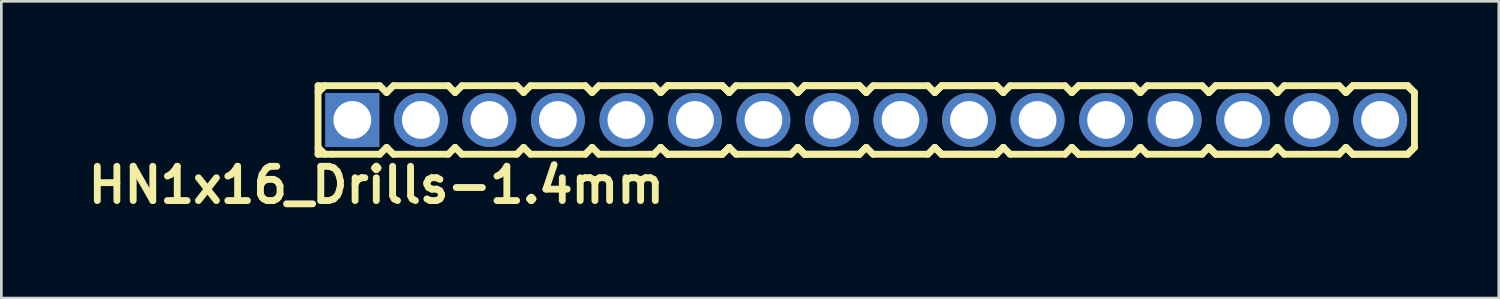
<source format=kicad_pcb>
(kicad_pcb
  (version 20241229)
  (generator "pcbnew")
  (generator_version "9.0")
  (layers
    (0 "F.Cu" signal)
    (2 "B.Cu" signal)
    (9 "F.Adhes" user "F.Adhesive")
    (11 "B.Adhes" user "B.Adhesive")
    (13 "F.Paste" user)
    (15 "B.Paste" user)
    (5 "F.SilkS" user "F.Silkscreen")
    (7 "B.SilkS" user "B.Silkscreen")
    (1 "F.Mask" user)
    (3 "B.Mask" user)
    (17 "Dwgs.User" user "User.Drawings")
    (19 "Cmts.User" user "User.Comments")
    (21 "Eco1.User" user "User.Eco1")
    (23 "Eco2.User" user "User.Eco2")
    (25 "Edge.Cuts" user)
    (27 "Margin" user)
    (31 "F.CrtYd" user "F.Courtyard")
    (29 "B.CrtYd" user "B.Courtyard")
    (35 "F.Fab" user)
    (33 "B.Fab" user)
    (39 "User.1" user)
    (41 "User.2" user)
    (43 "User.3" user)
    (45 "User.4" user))
  (footprint "HN1x16_Drills-1.4mm"
    (layer "F.Cu")
    (at 29.059 1.397)
    (property "Reference" "HN1x16_Drills-1.4mm" (at -18.161 2.413 0) (layer "F.SilkS") (effects (font (size 1.27 1.27) (thickness 0.254))))
    (attr smd)
    (fp_line (start -20.32 -1.27) (end -20.32 1.27) (stroke (width 0.254) (type solid)) (layer "F.SilkS"))
    (fp_line (start -20.32 -1.27) (end -20.066 -1.27) (stroke (width 0.254) (type solid)) (layer "F.SilkS"))
    (fp_line (start -20.32 -1.016) (end -20.066 -1.27) (stroke (width 0.254) (type solid)) (layer "F.SilkS"))
    (fp_line (start -20.066 -1.27) (end -18.034 -1.27) (stroke (width 0.254) (type solid)) (layer "F.SilkS"))
    (fp_line (start -20.066 1.27) (end -20.32 1.016) (stroke (width 0.254) (type solid)) (layer "F.SilkS"))
    (fp_line (start -19.812 1.27) (end -20.32 1.27) (stroke (width 0.254) (type solid)) (layer "F.SilkS"))
    (fp_line (start -18.034 -1.27) (end -17.78 -1.016) (stroke (width 0.254) (type solid)) (layer "F.SilkS"))
    (fp_line (start -18.034 1.27) (end -19.812 1.27) (stroke (width 0.254) (type solid)) (layer "F.SilkS"))
    (fp_line (start -17.78 -1.016) (end -17.526 -1.27) (stroke (width 0.254) (type solid)) (layer "F.SilkS"))
    (fp_line (start -17.78 1.016) (end -18.034 1.27) (stroke (width 0.254) (type solid)) (layer "F.SilkS"))
    (fp_line (start -17.526 -1.27) (end -15.494 -1.27) (stroke (width 0.254) (type solid)) (layer "F.SilkS"))
    (fp_line (start -17.526 1.27) (end -17.78 1.016) (stroke (width 0.254) (type solid)) (layer "F.SilkS"))
    (fp_line (start -15.494 -1.27) (end -15.24 -1.016) (stroke (width 0.254) (type solid)) (layer "F.SilkS"))
    (fp_line (start -15.494 1.27) (end -17.526 1.27) (stroke (width 0.254) (type solid)) (layer "F.SilkS"))
    (fp_line (start -15.494 1.27) (end -15.24 1.016) (stroke (width 0.254) (type solid)) (layer "F.SilkS"))
    (fp_line (start -15.24 -1.016) (end -14.986 -1.27) (stroke (width 0.254) (type solid)) (layer "F.SilkS"))
    (fp_line (start -15.24 1.016) (end -14.986 1.27) (stroke (width 0.254) (type solid)) (layer "F.SilkS"))
    (fp_line (start -14.986 -1.27) (end -12.954 -1.27) (stroke (width 0.254) (type solid)) (layer "F.SilkS"))
    (fp_line (start -12.954 -1.27) (end -12.7 -1.016) (stroke (width 0.254) (type solid)) (layer "F.SilkS"))
    (fp_line (start -12.954 1.27) (end -14.986 1.27) (stroke (width 0.254) (type solid)) (layer "F.SilkS"))
    (fp_line (start -12.7 -1.016) (end -12.446 -1.27) (stroke (width 0.254) (type solid)) (layer "F.SilkS"))
    (fp_line (start -12.7 1.016) (end -12.954 1.27) (stroke (width 0.254) (type solid)) (layer "F.SilkS"))
    (fp_line (start -12.446 -1.27) (end -10.414 -1.27) (stroke (width 0.254) (type solid)) (layer "F.SilkS"))
    (fp_line (start -12.446 1.27) (end -12.7 1.016) (stroke (width 0.254) (type solid)) (layer "F.SilkS"))
    (fp_line (start -10.414 -1.27) (end -10.16 -1.016) (stroke (width 0.254) (type solid)) (layer "F.SilkS"))
    (fp_line (start -10.414 1.27) (end -12.446 1.27) (stroke (width 0.254) (type solid)) (layer "F.SilkS"))
    (fp_line (start -10.16 -1.016) (end -9.906 -1.27) (stroke (width 0.254) (type solid)) (layer "F.SilkS"))
    (fp_line (start -10.16 1.016) (end -10.414 1.27) (stroke (width 0.254) (type solid)) (layer "F.SilkS"))
    (fp_line (start -9.906 -1.27) (end -7.874 -1.27) (stroke (width 0.254) (type solid)) (layer "F.SilkS"))
    (fp_line (start -9.906 1.27) (end -10.16 1.016) (stroke (width 0.254) (type solid)) (layer "F.SilkS"))
    (fp_line (start -7.874 -1.27) (end -7.62 -1.016) (stroke (width 0.254) (type solid)) (layer "F.SilkS"))
    (fp_line (start -7.874 1.27) (end -9.906 1.27) (stroke (width 0.254) (type solid)) (layer "F.SilkS"))
    (fp_line (start -7.62 -1.016) (end -7.366 -1.27) (stroke (width 0.254) (type solid)) (layer "F.SilkS"))
    (fp_line (start -7.62 -1.016) (end -7.366 -1.27) (stroke (width 0.254) (type solid)) (layer "F.SilkS"))
    (fp_line (start -7.62 1.016) (end -7.874 1.27) (stroke (width 0.254) (type solid)) (layer "F.SilkS"))
    (fp_line (start -7.366 -1.27) (end -5.334 -1.27) (stroke (width 0.254) (type solid)) (layer "F.SilkS"))
    (fp_line (start -7.366 -1.27) (end -5.334 -1.27) (stroke (width 0.254) (type solid)) (layer "F.SilkS"))
    (fp_line (start -7.366 1.27) (end -7.62 1.016) (stroke (width 0.254) (type solid)) (layer "F.SilkS"))
    (fp_line (start -7.366 1.27) (end -7.62 1.016) (stroke (width 0.254) (type solid)) (layer "F.SilkS"))
    (fp_line (start -5.334 -1.27) (end -5.08 -1.016) (stroke (width 0.254) (type solid)) (layer "F.SilkS"))
    (fp_line (start -5.334 -1.27) (end -5.08 -1.016) (stroke (width 0.254) (type solid)) (layer "F.SilkS"))
    (fp_line (start -5.334 1.27) (end -7.366 1.27) (stroke (width 0.254) (type solid)) (layer "F.SilkS"))
    (fp_line (start -5.334 1.27) (end -7.366 1.27) (stroke (width 0.254) (type solid)) (layer "F.SilkS"))
    (fp_line (start -5.08 -1.016) (end -4.826 -1.27) (stroke (width 0.254) (type solid)) (layer "F.SilkS"))
    (fp_line (start -5.08 1.016) (end -5.334 1.27) (stroke (width 0.254) (type solid)) (layer "F.SilkS"))
    (fp_line (start -5.08 1.016) (end -5.334 1.27) (stroke (width 0.254) (type solid)) (layer "F.SilkS"))
    (fp_line (start -4.826 -1.27) (end -2.794 -1.27) (stroke (width 0.254) (type solid)) (layer "F.SilkS"))
    (fp_line (start -4.826 1.27) (end -5.08 1.016) (stroke (width 0.254) (type solid)) (layer "F.SilkS"))
    (fp_line (start -2.794 -1.27) (end -2.54 -1.016) (stroke (width 0.254) (type solid)) (layer "F.SilkS"))
    (fp_line (start -2.794 1.27) (end -4.826 1.27) (stroke (width 0.254) (type solid)) (layer "F.SilkS"))
    (fp_line (start -2.54 -1.016) (end -2.286 -1.27) (stroke (width 0.254) (type solid)) (layer "F.SilkS"))
    (fp_line (start -2.54 -1.016) (end -2.286 -1.27) (stroke (width 0.254) (type solid)) (layer "F.SilkS"))
    (fp_line (start -2.54 1.016) (end -2.794 1.27) (stroke (width 0.254) (type solid)) (layer "F.SilkS"))
    (fp_line (start -2.286 -1.27) (end -0.254 -1.27) (stroke (width 0.254) (type solid)) (layer "F.SilkS"))
    (fp_line (start -2.286 -1.27) (end -0.254 -1.27) (stroke (width 0.254) (type solid)) (layer "F.SilkS"))
    (fp_line (start -2.286 1.27) (end -2.54 1.016) (stroke (width 0.254) (type solid)) (layer "F.SilkS"))
    (fp_line (start -2.286 1.27) (end -2.54 1.016) (stroke (width 0.254) (type solid)) (layer "F.SilkS"))
    (fp_line (start -0.254 -1.27) (end 0 -1.016) (stroke (width 0.254) (type solid)) (layer "F.SilkS"))
    (fp_line (start -0.254 -1.27) (end 0 -1.016) (stroke (width 0.254) (type solid)) (layer "F.SilkS"))
    (fp_line (start -0.254 1.27) (end -2.286 1.27) (stroke (width 0.254) (type solid)) (layer "F.SilkS"))
    (fp_line (start -0.254 1.27) (end -2.286 1.27) (stroke (width 0.254) (type solid)) (layer "F.SilkS"))
    (fp_line (start 0 -1.016) (end 0.254 -1.27) (stroke (width 0.254) (type solid)) (layer "F.SilkS"))
    (fp_line (start 0 1.016) (end -0.254 1.27) (stroke (width 0.254) (type solid)) (layer "F.SilkS"))
    (fp_line (start 0 1.016) (end -0.254 1.27) (stroke (width 0.254) (type solid)) (layer "F.SilkS"))
    (fp_line (start 0.254 -1.27) (end 2.286 -1.27) (stroke (width 0.254) (type solid)) (layer "F.SilkS"))
    (fp_line (start 0.254 1.27) (end 0 1.016) (stroke (width 0.254) (type solid)) (layer "F.SilkS"))
    (fp_line (start 2.286 -1.27) (end 2.54 -1.016) (stroke (width 0.254) (type solid)) (layer "F.SilkS"))
    (fp_line (start 2.286 1.27) (end 0.254 1.27) (stroke (width 0.254) (type solid)) (layer "F.SilkS"))
    (fp_line (start 2.54 -1.016) (end 2.794 -1.27) (stroke (width 0.254) (type solid)) (layer "F.SilkS"))
    (fp_line (start 2.54 -1.016) (end 2.794 -1.27) (stroke (width 0.254) (type solid)) (layer "F.SilkS"))
    (fp_line (start 2.54 1.016) (end 2.286 1.27) (stroke (width 0.254) (type solid)) (layer "F.SilkS"))
    (fp_line (start 2.794 -1.27) (end 4.826 -1.27) (stroke (width 0.254) (type solid)) (layer "F.SilkS"))
    (fp_line (start 2.794 -1.27) (end 4.826 -1.27) (stroke (width 0.254) (type solid)) (layer "F.SilkS"))
    (fp_line (start 2.794 1.27) (end 2.54 1.016) (stroke (width 0.254) (type solid)) (layer "F.SilkS"))
    (fp_line (start 2.794 1.27) (end 2.54 1.016) (stroke (width 0.254) (type solid)) (layer "F.SilkS"))
    (fp_line (start 4.826 -1.27) (end 5.08 -1.016) (stroke (width 0.254) (type solid)) (layer "F.SilkS"))
    (fp_line (start 4.826 -1.27) (end 5.08 -1.016) (stroke (width 0.254) (type solid)) (layer "F.SilkS"))
    (fp_line (start 4.826 1.27) (end 2.794 1.27) (stroke (width 0.254) (type solid)) (layer "F.SilkS"))
    (fp_line (start 4.826 1.27) (end 2.794 1.27) (stroke (width 0.254) (type solid)) (layer "F.SilkS"))
    (fp_line (start 5.08 -1.016) (end 5.334 -1.27) (stroke (width 0.254) (type solid)) (layer "F.SilkS"))
    (fp_line (start 5.08 1.016) (end 4.826 1.27) (stroke (width 0.254) (type solid)) (layer "F.SilkS"))
    (fp_line (start 5.08 1.016) (end 4.826 1.27) (stroke (width 0.254) (type solid)) (layer "F.SilkS"))
    (fp_line (start 5.334 -1.27) (end 7.366 -1.27) (stroke (width 0.254) (type solid)) (layer "F.SilkS"))
    (fp_line (start 5.334 1.27) (end 5.08 1.016) (stroke (width 0.254) (type solid)) (layer "F.SilkS"))
    (fp_line (start 7.366 -1.27) (end 7.62 -1.016) (stroke (width 0.254) (type solid)) (layer "F.SilkS"))
    (fp_line (start 7.366 1.27) (end 5.334 1.27) (stroke (width 0.254) (type solid)) (layer "F.SilkS"))
    (fp_line (start 7.62 -1.016) (end 7.874 -1.27) (stroke (width 0.254) (type solid)) (layer "F.SilkS"))
    (fp_line (start 7.62 -1.016) (end 7.874 -1.27) (stroke (width 0.254) (type solid)) (layer "F.SilkS"))
    (fp_line (start 7.62 1.016) (end 7.366 1.27) (stroke (width 0.254) (type solid)) (layer "F.SilkS"))
    (fp_line (start 7.874 -1.27) (end 9.906 -1.27) (stroke (width 0.254) (type solid)) (layer "F.SilkS"))
    (fp_line (start 7.874 -1.27) (end 9.906 -1.27) (stroke (width 0.254) (type solid)) (layer "F.SilkS"))
    (fp_line (start 7.874 1.27) (end 7.62 1.016) (stroke (width 0.254) (type solid)) (layer "F.SilkS"))
    (fp_line (start 7.874 1.27) (end 7.62 1.016) (stroke (width 0.254) (type solid)) (layer "F.SilkS"))
    (fp_line (start 9.906 -1.27) (end 10.16 -1.016) (stroke (width 0.254) (type solid)) (layer "F.SilkS"))
    (fp_line (start 9.906 -1.27) (end 10.16 -1.016) (stroke (width 0.254) (type solid)) (layer "F.SilkS"))
    (fp_line (start 9.906 1.27) (end 7.874 1.27) (stroke (width 0.254) (type solid)) (layer "F.SilkS"))
    (fp_line (start 9.906 1.27) (end 7.874 1.27) (stroke (width 0.254) (type solid)) (layer "F.SilkS"))
    (fp_line (start 10.16 -1.016) (end 10.414 -1.27) (stroke (width 0.254) (type solid)) (layer "F.SilkS"))
    (fp_line (start 10.16 1.016) (end 9.906 1.27) (stroke (width 0.254) (type solid)) (layer "F.SilkS"))
    (fp_line (start 10.16 1.016) (end 9.906 1.27) (stroke (width 0.254) (type solid)) (layer "F.SilkS"))
    (fp_line (start 10.414 -1.27) (end 12.446 -1.27) (stroke (width 0.254) (type solid)) (layer "F.SilkS"))
    (fp_line (start 10.414 1.27) (end 10.16 1.016) (stroke (width 0.254) (type solid)) (layer "F.SilkS"))
    (fp_line (start 12.446 -1.27) (end 12.7 -1.016) (stroke (width 0.254) (type solid)) (layer "F.SilkS"))
    (fp_line (start 12.446 1.27) (end 10.414 1.27) (stroke (width 0.254) (type solid)) (layer "F.SilkS"))
    (fp_line (start 12.7 -1.016) (end 12.954 -1.27) (stroke (width 0.254) (type solid)) (layer "F.SilkS"))
    (fp_line (start 12.7 -1.016) (end 12.954 -1.27) (stroke (width 0.254) (type solid)) (layer "F.SilkS"))
    (fp_line (start 12.7 1.016) (end 12.446 1.27) (stroke (width 0.254) (type solid)) (layer "F.SilkS"))
    (fp_line (start 12.954 -1.27) (end 14.986 -1.27) (stroke (width 0.254) (type solid)) (layer "F.SilkS"))
    (fp_line (start 12.954 -1.27) (end 14.986 -1.27) (stroke (width 0.254) (type solid)) (layer "F.SilkS"))
    (fp_line (start 12.954 1.27) (end 12.7 1.016) (stroke (width 0.254) (type solid)) (layer "F.SilkS"))
    (fp_line (start 12.954 1.27) (end 12.7 1.016) (stroke (width 0.254) (type solid)) (layer "F.SilkS"))
    (fp_line (start 14.986 -1.27) (end 15.24 -1.016) (stroke (width 0.254) (type solid)) (layer "F.SilkS"))
    (fp_line (start 14.986 -1.27) (end 15.24 -1.016) (stroke (width 0.254) (type solid)) (layer "F.SilkS"))
    (fp_line (start 14.986 1.27) (end 12.954 1.27) (stroke (width 0.254) (type solid)) (layer "F.SilkS"))
    (fp_line (start 14.986 1.27) (end 12.954 1.27) (stroke (width 0.254) (type solid)) (layer "F.SilkS"))
    (fp_line (start 15.24 -1.016) (end 15.494 -1.27) (stroke (width 0.254) (type solid)) (layer "F.SilkS"))
    (fp_line (start 15.24 1.016) (end 14.986 1.27) (stroke (width 0.254) (type solid)) (layer "F.SilkS"))
    (fp_line (start 15.24 1.016) (end 14.986 1.27) (stroke (width 0.254) (type solid)) (layer "F.SilkS"))
    (fp_line (start 15.494 -1.27) (end 17.526 -1.27) (stroke (width 0.254) (type solid)) (layer "F.SilkS"))
    (fp_line (start 15.494 1.27) (end 15.24 1.016) (stroke (width 0.254) (type solid)) (layer "F.SilkS"))
    (fp_line (start 17.526 -1.27) (end 17.78 -1.016) (stroke (width 0.254) (type solid)) (layer "F.SilkS"))
    (fp_line (start 17.526 1.27) (end 15.494 1.27) (stroke (width 0.254) (type solid)) (layer "F.SilkS"))
    (fp_line (start 17.78 -1.016) (end 18.034 -1.27) (stroke (width 0.254) (type solid)) (layer "F.SilkS"))
    (fp_line (start 17.78 -1.016) (end 18.034 -1.27) (stroke (width 0.254) (type solid)) (layer "F.SilkS"))
    (fp_line (start 17.78 1.016) (end 17.526 1.27) (stroke (width 0.254) (type solid)) (layer "F.SilkS"))
    (fp_line (start 18.034 -1.27) (end 20.066 -1.27) (stroke (width 0.254) (type solid)) (layer "F.SilkS"))
    (fp_line (start 18.034 -1.27) (end 20.066 -1.27) (stroke (width 0.254) (type solid)) (layer "F.SilkS"))
    (fp_line (start 18.034 1.27) (end 17.78 1.016) (stroke (width 0.254) (type solid)) (layer "F.SilkS"))
    (fp_line (start 18.034 1.27) (end 17.78 1.016) (stroke (width 0.254) (type solid)) (layer "F.SilkS"))
    (fp_line (start 20.066 -1.27) (end 20.32 -1.016) (stroke (width 0.254) (type solid)) (layer "F.SilkS"))
    (fp_line (start 20.066 -1.27) (end 20.32 -1.016) (stroke (width 0.254) (type solid)) (layer "F.SilkS"))
    (fp_line (start 20.066 1.27) (end 18.034 1.27) (stroke (width 0.254) (type solid)) (layer "F.SilkS"))
    (fp_line (start 20.066 1.27) (end 18.034 1.27) (stroke (width 0.254) (type solid)) (layer "F.SilkS"))
    (fp_line (start 20.32 -1.016) (end 20.32 1.016) (stroke (width 0.254) (type solid)) (layer "F.SilkS"))
    (fp_line (start 20.32 1.016) (end 20.066 1.27) (stroke (width 0.254) (type solid)) (layer "F.SilkS"))
    (fp_line (start 20.32 1.016) (end 20.066 1.27) (stroke (width 0.254) (type solid)) (layer "F.SilkS"))
    (pad "1" thru_hole rect (at -19.05 0) (size 2 2) (drill 1.4) (layers "*.Cu" "*.Mask"))
    (pad "2" thru_hole circle (at -16.51 0) (size 2 2) (drill 1.4) (layers "*.Cu" "*.Mask"))
    (pad "3" thru_hole circle (at -13.97 0) (size 2 2) (drill 1.4) (layers "*.Cu" "*.Mask"))
    (pad "4" thru_hole circle (at -11.43 0) (size 2 2) (drill 1.4) (layers "*.Cu" "*.Mask"))
    (pad "5" thru_hole circle (at -8.89 0) (size 2 2) (drill 1.4) (layers "*.Cu" "*.Mask"))
    (pad "6" thru_hole circle (at -6.35 0) (size 2 2) (drill 1.4) (layers "*.Cu" "*.Mask"))
    (pad "7" thru_hole circle (at -3.81 0) (size 2 2) (drill 1.4) (layers "*.Cu" "*.Mask"))
    (pad "8" thru_hole circle (at -1.27 0) (size 2 2) (drill 1.4) (layers "*.Cu" "*.Mask"))
    (pad "9" thru_hole circle (at 1.27 0) (size 2 2) (drill 1.4) (layers "*.Cu" "*.Mask"))
    (pad "10" thru_hole circle (at 3.81 0) (size 2 2) (drill 1.4) (layers "*.Cu" "*.Mask"))
    (pad "11" thru_hole circle (at 6.35 0) (size 2 2) (drill 1.4) (layers "*.Cu" "*.Mask"))
    (pad "12" thru_hole circle (at 8.89 0) (size 2 2) (drill 1.4) (layers "*.Cu" "*.Mask"))
    (pad "13" thru_hole circle (at 11.43 0) (size 2 2) (drill 1.4) (layers "*.Cu" "*.Mask"))
    (pad "14" thru_hole circle (at 13.97 0) (size 2 2) (drill 1.4) (layers "*.Cu" "*.Mask"))
    (pad "15" thru_hole circle (at 16.51 0) (size 2 2) (drill 1.4) (layers "*.Cu" "*.Mask"))
    (pad "16" thru_hole circle (at 19.05 0) (size 2 2) (drill 1.4) (layers "*.Cu" "*.Mask")))
  (gr_rect
    (start -3 -3)
    (end 52.506 7.999)
    (stroke (width 0.1) (type default))
    (fill no)
    (layer "Edge.Cuts")))
</source>
